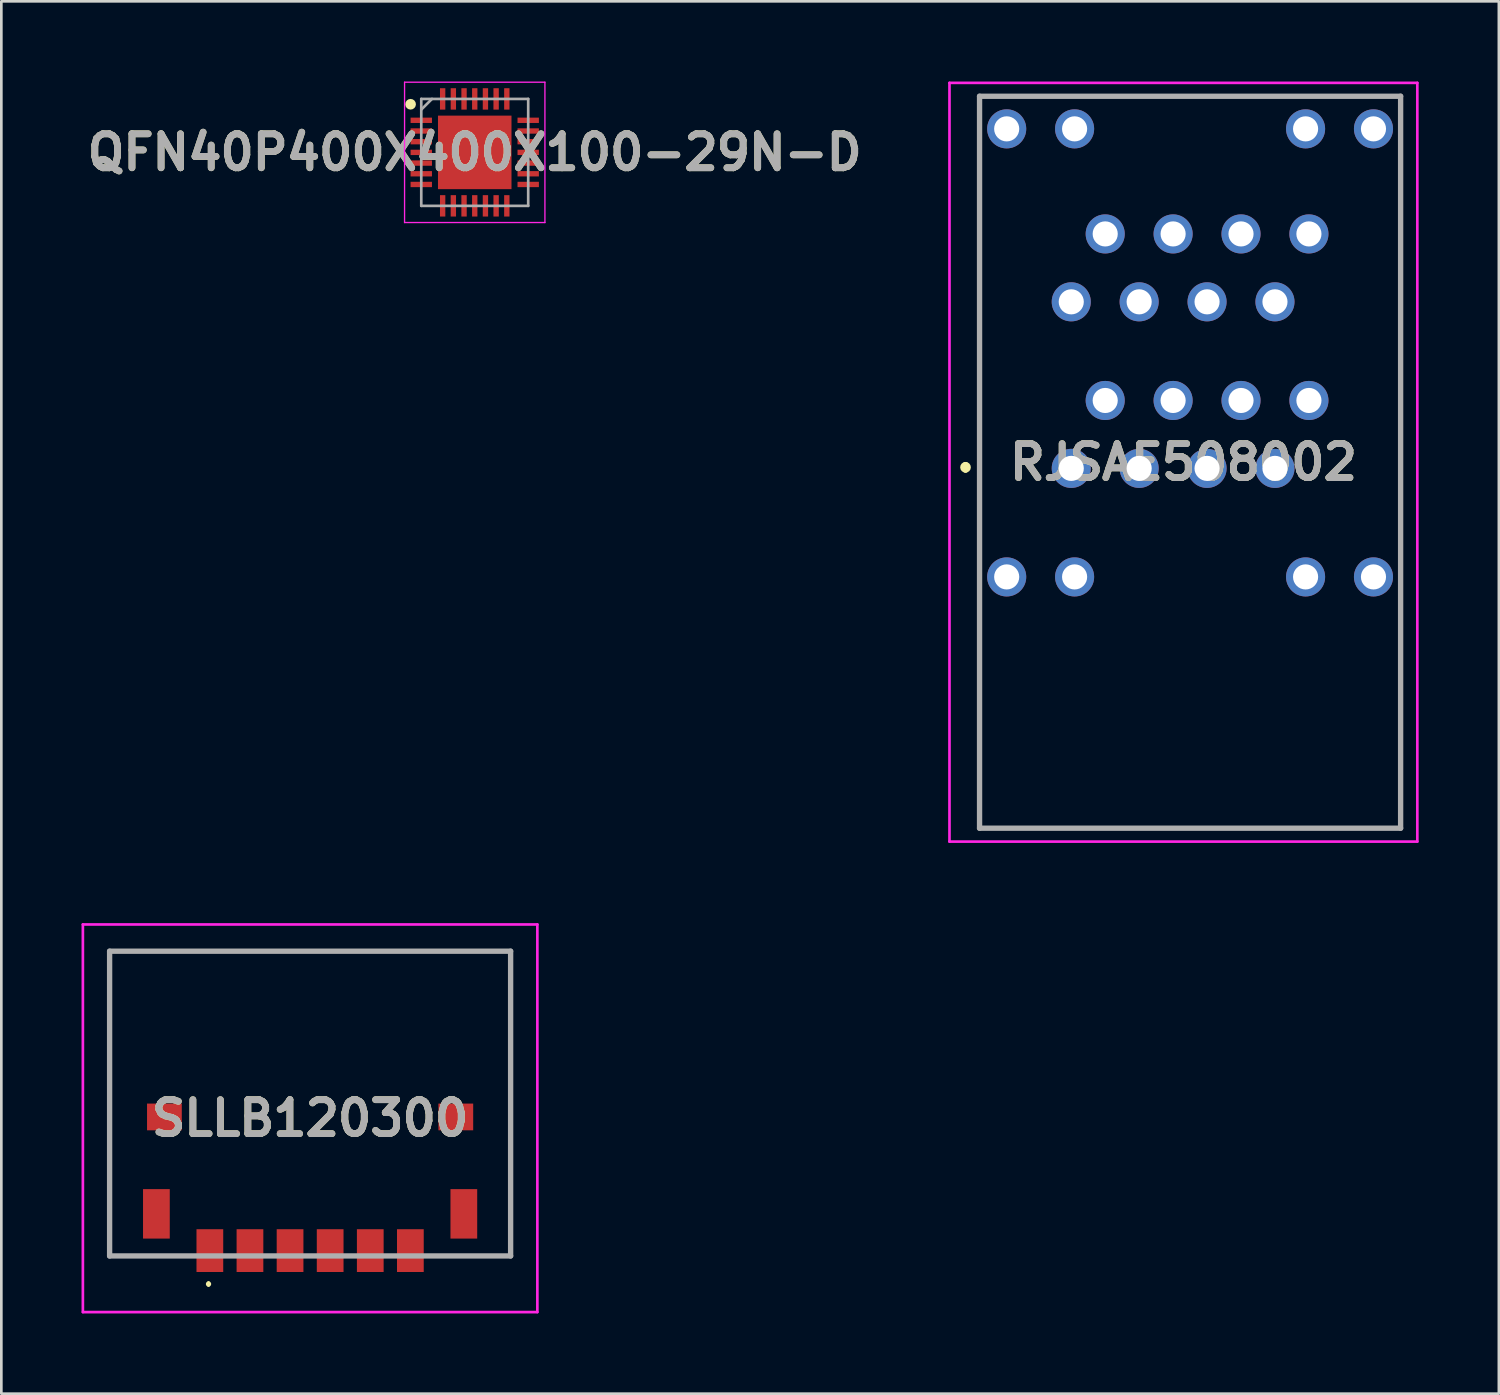
<source format=kicad_pcb>
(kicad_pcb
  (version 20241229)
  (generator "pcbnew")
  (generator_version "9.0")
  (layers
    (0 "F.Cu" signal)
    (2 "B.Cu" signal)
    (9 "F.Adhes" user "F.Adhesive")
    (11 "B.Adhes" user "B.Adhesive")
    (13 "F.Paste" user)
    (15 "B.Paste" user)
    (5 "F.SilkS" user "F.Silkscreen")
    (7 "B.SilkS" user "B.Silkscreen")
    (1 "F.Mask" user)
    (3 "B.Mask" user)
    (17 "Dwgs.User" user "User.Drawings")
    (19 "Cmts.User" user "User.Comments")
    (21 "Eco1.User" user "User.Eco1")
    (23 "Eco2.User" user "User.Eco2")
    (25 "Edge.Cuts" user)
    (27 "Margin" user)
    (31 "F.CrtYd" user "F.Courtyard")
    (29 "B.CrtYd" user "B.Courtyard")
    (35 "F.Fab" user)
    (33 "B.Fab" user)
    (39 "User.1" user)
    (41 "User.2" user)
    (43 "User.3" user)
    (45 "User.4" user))
  (footprint "SLLB120300"
    (layer "F.Cu")
    (at 8.55 38.23)
    (property "Reference" "SLLB120300" (at 0 0.55 0) (layer "F.SilkS") (effects (font (size 1.27 1.27) (thickness 0.254))))
    (attr through_hole)
    (fp_line (start -7.5 -5.7) (end 7.5 -5.7) (stroke (width 0.1) (type solid)) (layer "F.SilkS"))
    (fp_line (start -7.5 5.7) (end -7.5 -5.7) (stroke (width 0.1) (type solid)) (layer "F.SilkS"))
    (fp_line (start -4.7 5.7) (end -7.5 5.7) (stroke (width 0.1) (type solid)) (layer "F.SilkS"))
    (fp_line (start -3.8 6.7) (end -3.8 6.7) (stroke (width 0.1) (type solid)) (layer "F.SilkS"))
    (fp_line (start -3.8 6.8) (end -3.8 6.8) (stroke (width 0.1) (type solid)) (layer "F.SilkS"))
    (fp_line (start 7.5 -5.7) (end 7.5 5.7) (stroke (width 0.1) (type solid)) (layer "F.SilkS"))
    (fp_line (start 7.5 5.7) (end 4.7 5.7) (stroke (width 0.1) (type solid)) (layer "F.SilkS"))
    (fp_arc (start -3.8 6.7) (mid -3.75 6.75) (end -3.8 6.8) (stroke (width 0.1) (type solid)) (layer "F.SilkS"))
    (fp_arc (start -3.8 6.8) (mid -3.85 6.75) (end -3.8 6.7) (stroke (width 0.1) (type solid)) (layer "F.SilkS"))
    (fp_line (start -8.5 -6.7) (end 8.5 -6.7) (stroke (width 0.1) (type solid)) (layer "F.CrtYd"))
    (fp_line (start -8.5 7.8) (end -8.5 -6.7) (stroke (width 0.1) (type solid)) (layer "F.CrtYd"))
    (fp_line (start 8.5 -6.7) (end 8.5 7.8) (stroke (width 0.1) (type solid)) (layer "F.CrtYd"))
    (fp_line (start 8.5 7.8) (end -8.5 7.8) (stroke (width 0.1) (type solid)) (layer "F.CrtYd"))
    (fp_line (start -7.5 -5.7) (end 7.5 -5.7) (stroke (width 0.2) (type solid)) (layer "F.Fab"))
    (fp_line (start -7.5 5.7) (end -7.5 -5.7) (stroke (width 0.2) (type solid)) (layer "F.Fab"))
    (fp_line (start 7.5 -5.7) (end 7.5 5.7) (stroke (width 0.2) (type solid)) (layer "F.Fab"))
    (fp_line (start 7.5 5.7) (end -7.5 5.7) (stroke (width 0.2) (type solid)) (layer "F.Fab"))
    (fp_text user "${REFERENCE}" (at 0 0.55 0) (layer "F.Fab") (effects (font (size 1.27 1.27) (thickness 0.254))))
    (pad "" np_thru_hole circle (at 0 -0.2) (size 0.001 0.001) (drill 1.1) (layers "*.Cu" "*.Mask"))
    (pad "" np_thru_hole circle (at 0 3.8) (size 0.001 0.001) (drill 1.1) (layers "*.Cu" "*.Mask"))
    (pad "1" smd rect (at -3.75 5.5) (size 1 1.6) (layers "F.Cu" "F.Mask" "F.Paste"))
    (pad "2" smd rect (at -2.25 5.5) (size 1 1.6) (layers "F.Cu" "F.Mask" "F.Paste"))
    (pad "3" smd rect (at 0.75 5.5) (size 1 1.6) (layers "F.Cu" "F.Mask" "F.Paste"))
    (pad "4" smd rect (at 2.25 5.5) (size 1 1.6) (layers "F.Cu" "F.Mask" "F.Paste"))
    (pad "C1" smd rect (at 3.75 5.5) (size 1 1.6) (layers "F.Cu" "F.Mask" "F.Paste"))
    (pad "MP1" smd rect (at -5.75 4.125) (size 1 1.85) (layers "F.Cu" "F.Mask" "F.Paste"))
    (pad "MP2" smd rect (at 5.75 4.125) (size 1 1.85) (layers "F.Cu" "F.Mask" "F.Paste"))
    (pad "MP3" smd rect (at -5.45 0.5 90) (size 1 1.3) (layers "F.Cu" "F.Mask" "F.Paste"))
    (pad "MP4" smd rect (at 5.45 0.5 90) (size 1 1.3) (layers "F.Cu" "F.Mask" "F.Paste"))
    (pad "T1" smd rect (at -0.75 5.5) (size 1 1.6) (layers "F.Cu" "F.Mask" "F.Paste")))
  (footprint "QFN40P400X400X100-29N-D"
    (layer "F.Cu")
    (at 14.708 2.65)
    (property "Reference" "QFN40P400X400X100-29N-D" (at 0 0 0) (layer "F.SilkS") (effects (font (size 1.27 1.27) (thickness 0.254))))
    (attr smd)
    (fp_circle (center -2.4 -1.8) (end -2.4 -1.7) (stroke (width 0.2) (type solid)) (fill no) (layer "F.SilkS"))
    (fp_line (start -2.625 -2.625) (end 2.625 -2.625) (stroke (width 0.05) (type solid)) (layer "F.CrtYd"))
    (fp_line (start -2.625 2.625) (end -2.625 -2.625) (stroke (width 0.05) (type solid)) (layer "F.CrtYd"))
    (fp_line (start 2.625 -2.625) (end 2.625 2.625) (stroke (width 0.05) (type solid)) (layer "F.CrtYd"))
    (fp_line (start 2.625 2.625) (end -2.625 2.625) (stroke (width 0.05) (type solid)) (layer "F.CrtYd"))
    (fp_line (start -2 -2) (end 2 -2) (stroke (width 0.1) (type solid)) (layer "F.Fab"))
    (fp_line (start -2 -1.6) (end -1.6 -2) (stroke (width 0.1) (type solid)) (layer "F.Fab"))
    (fp_line (start -2 2) (end -2 -2) (stroke (width 0.1) (type solid)) (layer "F.Fab"))
    (fp_line (start 2 -2) (end 2 2) (stroke (width 0.1) (type solid)) (layer "F.Fab"))
    (fp_line (start 2 2) (end -2 2) (stroke (width 0.1) (type solid)) (layer "F.Fab"))
    (fp_text user "${REFERENCE}" (at 0 0 0) (layer "F.Fab") (effects (font (size 1.27 1.27) (thickness 0.254))))
    (pad "1" smd rect (at -2 -1.2 90) (size 0.2 0.8) (layers "F.Cu" "F.Mask" "F.Paste"))
    (pad "2" smd rect (at -2 -0.8 90) (size 0.2 0.8) (layers "F.Cu" "F.Mask" "F.Paste"))
    (pad "3" smd rect (at -2 -0.4 90) (size 0.2 0.8) (layers "F.Cu" "F.Mask" "F.Paste"))
    (pad "4" smd rect (at -2 0 90) (size 0.2 0.8) (layers "F.Cu" "F.Mask" "F.Paste"))
    (pad "5" smd rect (at -2 0.4 90) (size 0.2 0.8) (layers "F.Cu" "F.Mask" "F.Paste"))
    (pad "6" smd rect (at -2 0.8 90) (size 0.2 0.8) (layers "F.Cu" "F.Mask" "F.Paste"))
    (pad "7" smd rect (at -2 1.2 90) (size 0.2 0.8) (layers "F.Cu" "F.Mask" "F.Paste"))
    (pad "8" smd rect (at -1.2 2) (size 0.2 0.8) (layers "F.Cu" "F.Mask" "F.Paste"))
    (pad "9" smd rect (at -0.8 2) (size 0.2 0.8) (layers "F.Cu" "F.Mask" "F.Paste"))
    (pad "10" smd rect (at -0.4 2) (size 0.2 0.8) (layers "F.Cu" "F.Mask" "F.Paste"))
    (pad "11" smd rect (at 0 2) (size 0.2 0.8) (layers "F.Cu" "F.Mask" "F.Paste"))
    (pad "12" smd rect (at 0.4 2) (size 0.2 0.8) (layers "F.Cu" "F.Mask" "F.Paste"))
    (pad "13" smd rect (at 0.8 2) (size 0.2 0.8) (layers "F.Cu" "F.Mask" "F.Paste"))
    (pad "14" smd rect (at 1.2 2) (size 0.2 0.8) (layers "F.Cu" "F.Mask" "F.Paste"))
    (pad "15" smd rect (at 2 1.2 90) (size 0.2 0.8) (layers "F.Cu" "F.Mask" "F.Paste"))
    (pad "16" smd rect (at 2 0.8 90) (size 0.2 0.8) (layers "F.Cu" "F.Mask" "F.Paste"))
    (pad "17" smd rect (at 2 0.4 90) (size 0.2 0.8) (layers "F.Cu" "F.Mask" "F.Paste"))
    (pad "18" smd rect (at 2 0 90) (size 0.2 0.8) (layers "F.Cu" "F.Mask" "F.Paste"))
    (pad "19" smd rect (at 2 -0.4 90) (size 0.2 0.8) (layers "F.Cu" "F.Mask" "F.Paste"))
    (pad "20" smd rect (at 2 -0.8 90) (size 0.2 0.8) (layers "F.Cu" "F.Mask" "F.Paste"))
    (pad "21" smd rect (at 2 -1.2 90) (size 0.2 0.8) (layers "F.Cu" "F.Mask" "F.Paste"))
    (pad "22" smd rect (at 1.2 -2) (size 0.2 0.8) (layers "F.Cu" "F.Mask" "F.Paste"))
    (pad "23" smd rect (at 0.8 -2) (size 0.2 0.8) (layers "F.Cu" "F.Mask" "F.Paste"))
    (pad "24" smd rect (at 0.4 -2) (size 0.2 0.8) (layers "F.Cu" "F.Mask" "F.Paste"))
    (pad "25" smd rect (at 0 -2) (size 0.2 0.8) (layers "F.Cu" "F.Mask" "F.Paste"))
    (pad "26" smd rect (at -0.4 -2) (size 0.2 0.8) (layers "F.Cu" "F.Mask" "F.Paste"))
    (pad "27" smd rect (at -0.8 -2) (size 0.2 0.8) (layers "F.Cu" "F.Mask" "F.Paste"))
    (pad "28" smd rect (at -1.2 -2) (size 0.2 0.8) (layers "F.Cu" "F.Mask" "F.Paste"))
    (pad "29" smd rect (at 0 0) (size 2.75 2.75) (layers "F.Cu" "F.Mask" "F.Paste")))
  (footprint "RJSAE508002"
    (layer "F.Cu")
    (at 37.021 14.47)
    (property "Reference" "RJSAE508002" (at 4.195 -0.23 0) (layer "F.SilkS") (effects (font (size 1.27 1.27) (thickness 0.254))))
    (attr through_hole)
    (fp_line (start -3.955 -0.14) (end -3.955 -0.14) (stroke (width 0.2) (type solid)) (layer "F.SilkS"))
    (fp_line (start -3.955 0.06) (end -3.955 0.06) (stroke (width 0.2) (type solid)) (layer "F.SilkS"))
    (fp_line (start -3.43 -13.92) (end 12.32 -13.92) (stroke (width 0.1) (type solid)) (layer "F.SilkS"))
    (fp_line (start -3.43 -13.54) (end -3.43 -13.92) (stroke (width 0.1) (type solid)) (layer "F.SilkS"))
    (fp_line (start -3.43 -11.54) (end -3.43 2.96) (stroke (width 0.1) (type solid)) (layer "F.SilkS"))
    (fp_line (start -3.43 9.96) (end -3.43 13.46) (stroke (width 0.1) (type solid)) (layer "F.SilkS"))
    (fp_line (start -3.43 13.46) (end 12.32 13.46) (stroke (width 0.1) (type solid)) (layer "F.SilkS"))
    (fp_line (start 12.32 -13.92) (end 12.32 -13.54) (stroke (width 0.1) (type solid)) (layer "F.SilkS"))
    (fp_line (start 12.32 -11.54) (end 12.32 2.96) (stroke (width 0.1) (type solid)) (layer "F.SilkS"))
    (fp_line (start 12.32 13.46) (end 12.32 9.96) (stroke (width 0.1) (type solid)) (layer "F.SilkS"))
    (fp_arc (start -3.955 -0.14) (mid -3.855 -0.04) (end -3.955 0.06) (stroke (width 0.2) (type solid)) (layer "F.SilkS"))
    (fp_arc (start -3.955 0.06) (mid -4.055 -0.04) (end -3.955 -0.14) (stroke (width 0.2) (type solid)) (layer "F.SilkS"))
    (fp_line (start -4.555 -14.42) (end 12.945 -14.42) (stroke (width 0.1) (type solid)) (layer "F.CrtYd"))
    (fp_line (start -4.555 13.96) (end -4.555 -14.42) (stroke (width 0.1) (type solid)) (layer "F.CrtYd"))
    (fp_line (start 12.945 -14.42) (end 12.945 13.96) (stroke (width 0.1) (type solid)) (layer "F.CrtYd"))
    (fp_line (start 12.945 13.96) (end -4.555 13.96) (stroke (width 0.1) (type solid)) (layer "F.CrtYd"))
    (fp_line (start -3.43 -13.92) (end 12.32 -13.92) (stroke (width 0.2) (type solid)) (layer "F.Fab"))
    (fp_line (start -3.43 13.46) (end -3.43 -13.92) (stroke (width 0.2) (type solid)) (layer "F.Fab"))
    (fp_line (start 12.32 -13.92) (end 12.32 13.46) (stroke (width 0.2) (type solid)) (layer "F.Fab"))
    (fp_line (start 12.32 13.46) (end -3.43 13.46) (stroke (width 0.2) (type solid)) (layer "F.Fab"))
    (fp_text user "${REFERENCE}" (at 4.195 -0.23 0) (layer "F.Fab") (effects (font (size 1.27 1.27) (thickness 0.254))))
    (pad "" np_thru_hole circle (at -1.905 8.25) (size 0.001 0.001) (drill 3.3) (layers "*.Cu" "*.Mask"))
    (pad "" np_thru_hole circle (at 10.795 8.25) (size 0.001 0.001) (drill 3.3) (layers "*.Cu" "*.Mask"))
    (pad "A1" thru_hole circle (at 0 0) (size 1.462 1.462) (drill 0.94) (layers "*.Cu" "*.Mask"))
    (pad "A2" thru_hole circle (at 1.27 -2.54) (size 1.462 1.462) (drill 0.94) (layers "*.Cu" "*.Mask"))
    (pad "A3" thru_hole circle (at 2.54 0) (size 1.462 1.462) (drill 0.94) (layers "*.Cu" "*.Mask"))
    (pad "A4" thru_hole circle (at 3.81 -2.54) (size 1.462 1.462) (drill 0.94) (layers "*.Cu" "*.Mask"))
    (pad "A5" thru_hole circle (at 5.08 0) (size 1.462 1.462) (drill 0.94) (layers "*.Cu" "*.Mask"))
    (pad "A6" thru_hole circle (at 6.35 -2.54) (size 1.462 1.462) (drill 0.94) (layers "*.Cu" "*.Mask"))
    (pad "A7" thru_hole circle (at 7.62 0) (size 1.462 1.462) (drill 0.94) (layers "*.Cu" "*.Mask"))
    (pad "A8" thru_hole circle (at 8.89 -2.54) (size 1.462 1.462) (drill 0.94) (layers "*.Cu" "*.Mask"))
    (pad "A9" thru_hole circle (at 11.305 4.06) (size 1.462 1.462) (drill 0.94) (layers "*.Cu" "*.Mask"))
    (pad "A10" thru_hole circle (at 8.765 4.06) (size 1.462 1.462) (drill 0.94) (layers "*.Cu" "*.Mask"))
    (pad "A11" thru_hole circle (at 0.125 4.06) (size 1.462 1.462) (drill 0.94) (layers "*.Cu" "*.Mask"))
    (pad "A12" thru_hole circle (at -2.415 4.06) (size 1.462 1.462) (drill 0.94) (layers "*.Cu" "*.Mask"))
    (pad "B1" thru_hole circle (at 8.89 -8.77) (size 1.462 1.462) (drill 0.94) (layers "*.Cu" "*.Mask"))
    (pad "B2" thru_hole circle (at 7.62 -6.23) (size 1.462 1.462) (drill 0.94) (layers "*.Cu" "*.Mask"))
    (pad "B3" thru_hole circle (at 6.35 -8.77) (size 1.462 1.462) (drill 0.94) (layers "*.Cu" "*.Mask"))
    (pad "B4" thru_hole circle (at 5.08 -6.23) (size 1.462 1.462) (drill 0.94) (layers "*.Cu" "*.Mask"))
    (pad "B5" thru_hole circle (at 3.81 -8.77) (size 1.462 1.462) (drill 0.94) (layers "*.Cu" "*.Mask"))
    (pad "B6" thru_hole circle (at 2.54 -6.23) (size 1.462 1.462) (drill 0.94) (layers "*.Cu" "*.Mask"))
    (pad "B7" thru_hole circle (at 1.27 -8.77) (size 1.462 1.462) (drill 0.94) (layers "*.Cu" "*.Mask"))
    (pad "B8" thru_hole circle (at 0 -6.23) (size 1.462 1.462) (drill 0.94) (layers "*.Cu" "*.Mask"))
    (pad "B9" thru_hole circle (at 11.305 -12.7) (size 1.462 1.462) (drill 0.94) (layers "*.Cu" "*.Mask"))
    (pad "B10" thru_hole circle (at 8.765 -12.7) (size 1.462 1.462) (drill 0.94) (layers "*.Cu" "*.Mask"))
    (pad "B11" thru_hole circle (at 0.125 -12.7) (size 1.462 1.462) (drill 0.94) (layers "*.Cu" "*.Mask"))
    (pad "B12" thru_hole circle (at -2.415 -12.7) (size 1.462 1.462) (drill 0.94) (layers "*.Cu" "*.Mask")))
  (gr_rect
    (start -3 -3)
    (end 53.016 49.08)
    (stroke (width 0.1) (type default))
    (fill no)
    (layer "Edge.Cuts")))
</source>
